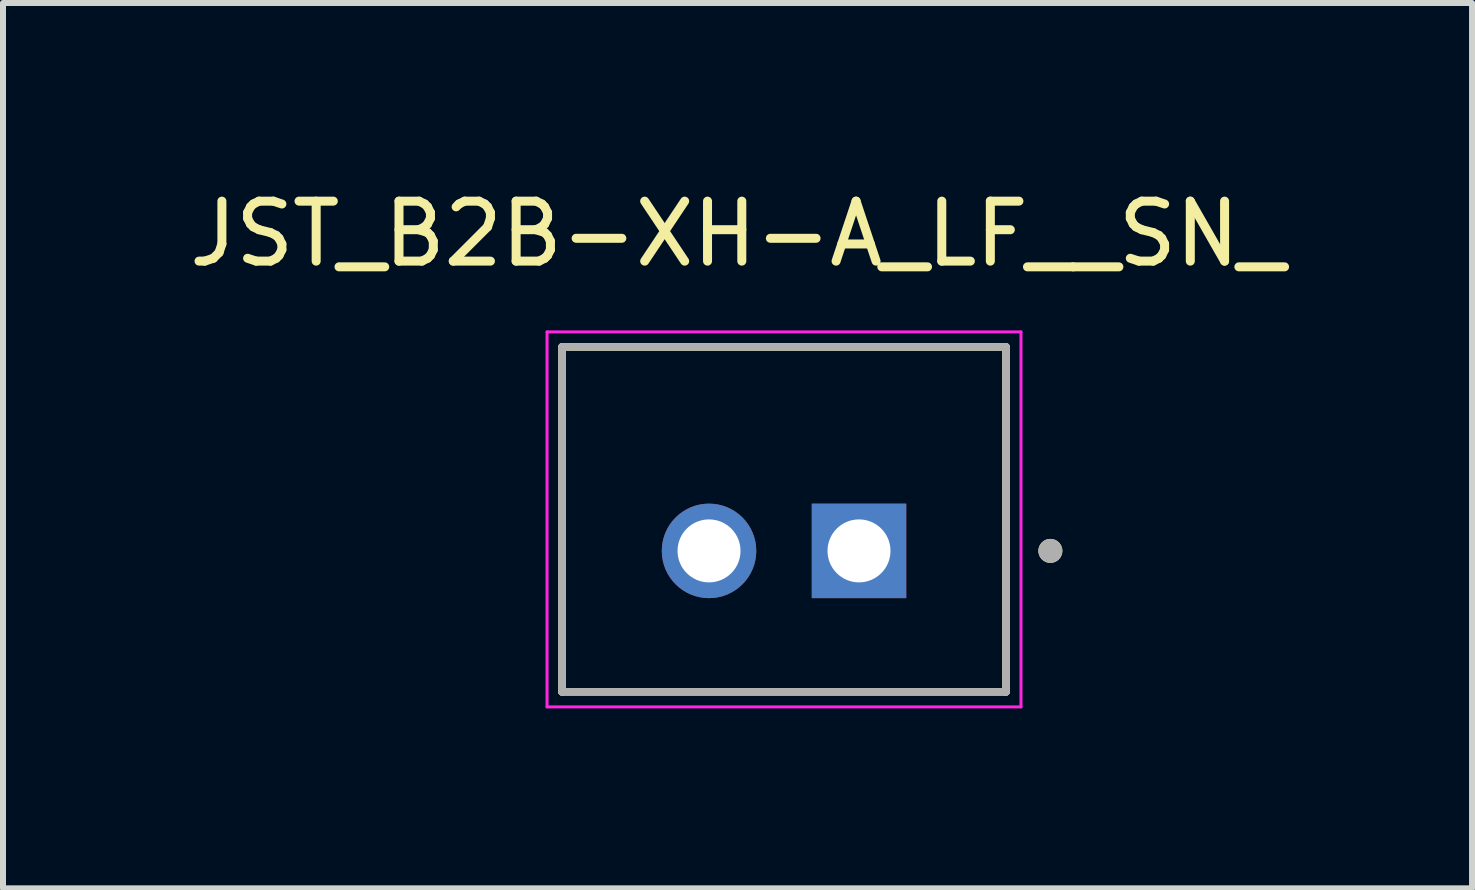
<source format=kicad_pcb>
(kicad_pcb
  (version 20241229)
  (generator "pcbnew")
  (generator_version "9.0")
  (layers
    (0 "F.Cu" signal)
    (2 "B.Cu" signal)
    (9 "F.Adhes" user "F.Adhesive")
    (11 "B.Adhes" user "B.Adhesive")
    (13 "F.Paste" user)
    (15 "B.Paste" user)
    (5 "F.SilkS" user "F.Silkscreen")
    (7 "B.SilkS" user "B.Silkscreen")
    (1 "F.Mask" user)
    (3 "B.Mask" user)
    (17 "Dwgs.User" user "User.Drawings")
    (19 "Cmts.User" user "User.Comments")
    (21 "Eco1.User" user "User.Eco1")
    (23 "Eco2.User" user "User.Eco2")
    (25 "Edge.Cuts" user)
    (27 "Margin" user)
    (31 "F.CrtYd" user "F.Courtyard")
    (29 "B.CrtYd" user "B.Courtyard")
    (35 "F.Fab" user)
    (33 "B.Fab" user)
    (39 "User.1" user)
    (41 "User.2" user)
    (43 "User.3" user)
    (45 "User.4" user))
  (footprint "JST_B2B-XH-A_LF__SN_"
    (layer "F.Cu")
    (at 10.019 5.608)
    (property "Reference" "JST_B2B-XH-A_LF__SN_" (at -0.775 -4.76 0) (layer "F.SilkS") (effects (font (size 1 1) (thickness 0.15))))
    (attr through_hole)
    (fp_line (start -3.7 -2.875) (end 3.7 -2.875) (stroke (width 0.127) (type solid)) (layer "F.SilkS"))
    (fp_line (start -3.7 2.875) (end -3.7 -2.875) (stroke (width 0.127) (type solid)) (layer "F.SilkS"))
    (fp_line (start 3.7 -2.875) (end 3.7 2.875) (stroke (width 0.127) (type solid)) (layer "F.SilkS"))
    (fp_line (start 3.7 2.875) (end -3.7 2.875) (stroke (width 0.127) (type solid)) (layer "F.SilkS"))
    (fp_circle (center 4.44 0.525) (end 4.54 0.525) (stroke (width 0.2) (type solid)) (fill no) (layer "F.SilkS"))
    (fp_line (start -3.95 -3.125) (end -3.95 3.125) (stroke (width 0.05) (type solid)) (layer "F.CrtYd"))
    (fp_line (start -3.95 3.125) (end 3.95 3.125) (stroke (width 0.05) (type solid)) (layer "F.CrtYd"))
    (fp_line (start 3.95 -3.125) (end -3.95 -3.125) (stroke (width 0.05) (type solid)) (layer "F.CrtYd"))
    (fp_line (start 3.95 3.125) (end 3.95 -3.125) (stroke (width 0.05) (type solid)) (layer "F.CrtYd"))
    (fp_line (start -3.7 -2.875) (end 3.7 -2.875) (stroke (width 0.127) (type solid)) (layer "F.Fab"))
    (fp_line (start -3.7 2.875) (end -3.7 -2.875) (stroke (width 0.127) (type solid)) (layer "F.Fab"))
    (fp_line (start 3.7 -2.875) (end 3.7 2.875) (stroke (width 0.127) (type solid)) (layer "F.Fab"))
    (fp_line (start 3.7 2.875) (end -3.7 2.875) (stroke (width 0.127) (type solid)) (layer "F.Fab"))
    (fp_circle (center 4.44 0.525) (end 4.54 0.525) (stroke (width 0.2) (type solid)) (fill no) (layer "F.Fab"))
    (pad "1" thru_hole rect (at 1.25 0.525) (size 1.575 1.575) (drill 1.05) (layers "*.Cu" "*.Mask"))
    (pad "2" thru_hole circle (at -1.25 0.525) (size 1.575 1.575) (drill 1.05) (layers "*.Cu" "*.Mask")))
  (gr_rect
    (start -3 -3)
    (end 21.488 11.758)
    (stroke (width 0.1) (type default))
    (fill no)
    (layer "Edge.Cuts")))
</source>
